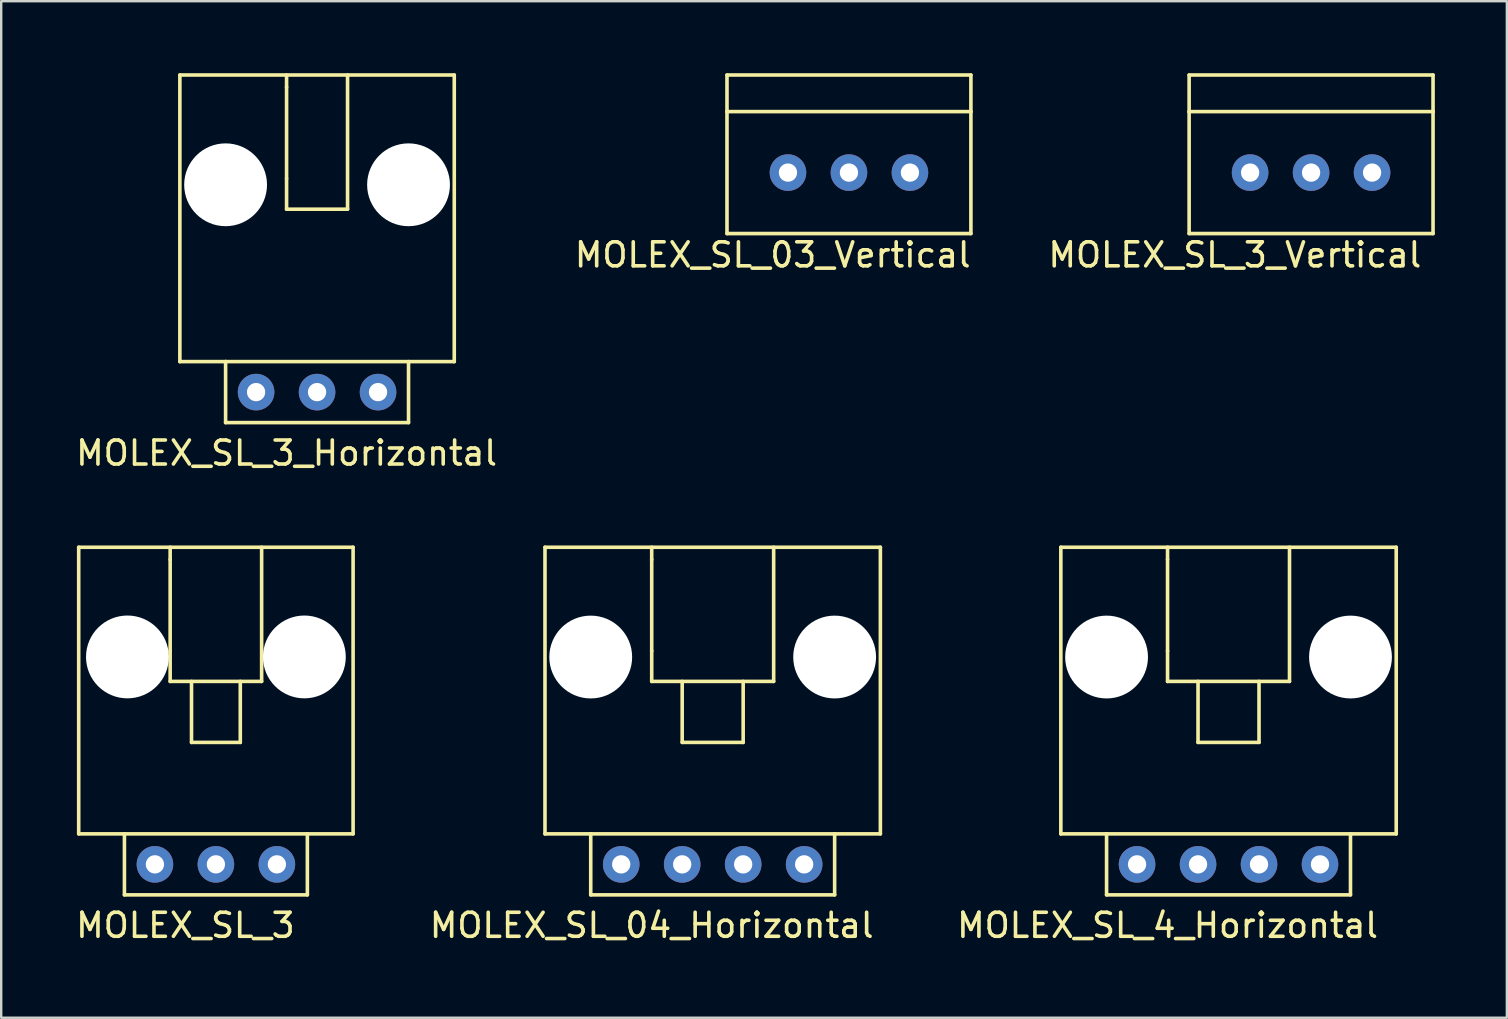
<source format=kicad_pcb>
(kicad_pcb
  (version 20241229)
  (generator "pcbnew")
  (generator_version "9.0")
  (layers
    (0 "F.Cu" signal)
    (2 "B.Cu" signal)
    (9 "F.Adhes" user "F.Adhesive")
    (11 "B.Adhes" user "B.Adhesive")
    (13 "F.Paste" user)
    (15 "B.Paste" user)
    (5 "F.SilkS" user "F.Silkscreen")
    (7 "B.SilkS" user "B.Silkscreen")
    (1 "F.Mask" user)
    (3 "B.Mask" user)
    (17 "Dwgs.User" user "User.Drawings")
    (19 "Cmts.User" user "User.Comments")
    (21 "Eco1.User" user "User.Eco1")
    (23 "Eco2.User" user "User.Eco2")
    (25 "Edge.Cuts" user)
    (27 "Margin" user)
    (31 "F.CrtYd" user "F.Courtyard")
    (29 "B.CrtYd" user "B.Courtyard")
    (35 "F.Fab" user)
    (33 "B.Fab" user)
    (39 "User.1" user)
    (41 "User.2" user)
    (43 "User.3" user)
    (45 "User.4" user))
  (footprint "MOLEX_SL_03_Vertical"
    (layer "F.Cu")
    (at 27.232 1.599)
    (property "Reference" "MOLEX_SL_03_Vertical" (at 1.905 5.969 0) (layer "F.SilkS") (effects (font (size 1 1) (thickness 0.15))))
    (attr through_hole)
    (fp_line (start 0 -1.524) (end 0 0) (stroke (width 0.15) (type solid)) (layer "F.SilkS"))
    (fp_line (start 0 5.08) (end 0 0) (stroke (width 0.15) (type solid)) (layer "F.SilkS"))
    (fp_line (start 0 5.08) (end 10.16 5.08) (stroke (width 0.15) (type solid)) (layer "F.SilkS"))
    (fp_line (start 10.16 -1.524) (end 0 -1.524) (stroke (width 0.15) (type solid)) (layer "F.SilkS"))
    (fp_line (start 10.16 0) (end 0 0) (stroke (width 0.15) (type solid)) (layer "F.SilkS"))
    (fp_line (start 10.16 0) (end 10.16 -1.524) (stroke (width 0.15) (type solid)) (layer "F.SilkS"))
    (fp_line (start 10.16 5.08) (end 10.16 0) (stroke (width 0.15) (type solid)) (layer "F.SilkS"))
    (pad "1" thru_hole circle (at 2.54 2.54) (size 1.524 1.524) (drill 0.762) (layers "*.Cu" "*.Mask"))
    (pad "2" thru_hole circle (at 5.08 2.54) (size 1.524 1.524) (drill 0.762) (layers "*.Cu" "*.Mask"))
    (pad "3" thru_hole circle (at 7.62 2.54) (size 1.524 1.524) (drill 0.762) (layers "*.Cu" "*.Mask")))
  (footprint "MOLEX_SL_3_Horizontal"
    (layer "F.Cu")
    (at 10.157 13.283)
    (property "Reference" "MOLEX_SL_3_Horizontal" (at -1.27 2.54 0) (layer "F.SilkS") (effects (font (size 1 1) (thickness 0.15))))
    (attr through_hole)
    (fp_line (start -5.715 -1.27) (end -5.715 -13.208) (stroke (width 0.15) (type solid)) (layer "F.SilkS"))
    (fp_line (start -3.81 -1.27) (end -5.715 -1.27) (stroke (width 0.15) (type solid)) (layer "F.SilkS"))
    (fp_line (start -3.81 1.27) (end -3.81 -1.27) (stroke (width 0.15) (type solid)) (layer "F.SilkS"))
    (fp_line (start -1.27 -13.208) (end -1.27 -12.7) (stroke (width 0.15) (type solid)) (layer "F.SilkS"))
    (fp_line (start -1.27 -8.89) (end -1.27 -12.7) (stroke (width 0.15) (type solid)) (layer "F.SilkS"))
    (fp_line (start -1.27 -8.89) (end -1.27 -7.62) (stroke (width 0.15) (type solid)) (layer "F.SilkS"))
    (fp_line (start 1.27 -13.208) (end 1.27 -7.62) (stroke (width 0.15) (type solid)) (layer "F.SilkS"))
    (fp_line (start 1.27 -7.62) (end -1.27 -7.62) (stroke (width 0.15) (type solid)) (layer "F.SilkS"))
    (fp_line (start 3.81 -1.27) (end 3.81 1.27) (stroke (width 0.15) (type solid)) (layer "F.SilkS"))
    (fp_line (start 3.81 1.27) (end -3.81 1.27) (stroke (width 0.15) (type solid)) (layer "F.SilkS"))
    (fp_line (start 5.715 -13.208) (end -5.715 -13.208) (stroke (width 0.15) (type solid)) (layer "F.SilkS"))
    (fp_line (start 5.715 -1.27) (end -3.81 -1.27) (stroke (width 0.15) (type solid)) (layer "F.SilkS"))
    (fp_line (start 5.715 -1.27) (end 5.715 -13.208) (stroke (width 0.15) (type solid)) (layer "F.SilkS"))
    (pad "" np_thru_hole circle (at -3.81 -8.636) (size 3.45 3.45) (drill 3.45) (layers "*.Cu" "*.Mask"))
    (pad "" np_thru_hole circle (at 3.81 -8.636) (size 3.45 3.45) (drill 3.45) (layers "*.Cu" "*.Mask"))
    (pad "1" thru_hole circle (at -2.54 0) (size 1.524 1.524) (drill 0.762) (layers "*.Cu" "*.Mask"))
    (pad "2" thru_hole circle (at 0 0) (size 1.524 1.524) (drill 0.762) (layers "*.Cu" "*.Mask"))
    (pad "3" thru_hole circle (at 2.54 0) (size 1.524 1.524) (drill 0.762) (layers "*.Cu" "*.Mask")))
  (footprint "MOLEX_SL_4_Horizontal"
    (layer "F.Cu")
    (at 48.123 32.954)
    (property "Reference" "MOLEX_SL_4_Horizontal" (at -2.54 2.54 0) (layer "F.SilkS") (effects (font (size 1 1) (thickness 0.15))))
    (attr through_hole)
    (fp_line (start -6.985 -13.208) (end 6.985 -13.208) (stroke (width 0.15) (type solid)) (layer "F.SilkS"))
    (fp_line (start -6.985 -1.27) (end -6.985 -13.208) (stroke (width 0.15) (type solid)) (layer "F.SilkS"))
    (fp_line (start -5.08 -1.27) (end -6.985 -1.27) (stroke (width 0.15) (type solid)) (layer "F.SilkS"))
    (fp_line (start -5.08 -1.27) (end 6.985 -1.27) (stroke (width 0.15) (type solid)) (layer "F.SilkS"))
    (fp_line (start -5.08 1.27) (end -5.08 -1.27) (stroke (width 0.15) (type solid)) (layer "F.SilkS"))
    (fp_line (start -2.54 -13.208) (end -2.54 -12.7) (stroke (width 0.15) (type solid)) (layer "F.SilkS"))
    (fp_line (start -2.54 -8.89) (end -2.54 -12.7) (stroke (width 0.15) (type solid)) (layer "F.SilkS"))
    (fp_line (start -2.54 -8.89) (end -2.54 -7.62) (stroke (width 0.15) (type solid)) (layer "F.SilkS"))
    (fp_line (start -2.54 -7.62) (end 2.54 -7.62) (stroke (width 0.15) (type solid)) (layer "F.SilkS"))
    (fp_line (start -1.27 -7.62) (end -1.27 -5.08) (stroke (width 0.15) (type solid)) (layer "F.SilkS"))
    (fp_line (start 1.27 -7.62) (end 1.27 -5.08) (stroke (width 0.15) (type solid)) (layer "F.SilkS"))
    (fp_line (start 1.27 -5.08) (end -1.27 -5.08) (stroke (width 0.15) (type solid)) (layer "F.SilkS"))
    (fp_line (start 2.54 -13.208) (end 2.54 -7.62) (stroke (width 0.15) (type solid)) (layer "F.SilkS"))
    (fp_line (start 5.08 -1.27) (end 5.08 1.27) (stroke (width 0.15) (type solid)) (layer "F.SilkS"))
    (fp_line (start 5.08 1.27) (end -5.08 1.27) (stroke (width 0.15) (type solid)) (layer "F.SilkS"))
    (fp_line (start 6.985 -1.27) (end 6.985 -13.208) (stroke (width 0.15) (type solid)) (layer "F.SilkS"))
    (pad "" np_thru_hole circle (at -5.08 -8.636) (size 3.45 3.45) (drill 3.45) (layers "*.Cu" "*.Mask"))
    (pad "" np_thru_hole circle (at 5.08 -8.636) (size 3.45 3.45) (drill 3.45) (layers "*.Cu" "*.Mask"))
    (pad "1" thru_hole circle (at -3.81 0) (size 1.524 1.524) (drill 0.762) (layers "*.Cu" "*.Mask"))
    (pad "2" thru_hole circle (at -1.27 0) (size 1.524 1.524) (drill 0.762) (layers "*.Cu" "*.Mask"))
    (pad "3" thru_hole circle (at 1.27 0) (size 1.524 1.524) (drill 0.762) (layers "*.Cu" "*.Mask"))
    (pad "4" thru_hole circle (at 3.81 0) (size 1.524 1.524) (drill 0.762) (layers "*.Cu" "*.Mask")))
  (footprint "MOLEX_SL_04_Horizontal"
    (layer "F.Cu")
    (at 26.636 32.954)
    (property "Reference" "MOLEX_SL_04_Horizontal" (at -2.54 2.54 0) (layer "F.SilkS") (effects (font (size 1 1) (thickness 0.15))))
    (attr through_hole)
    (fp_line (start -6.985 -13.208) (end 6.985 -13.208) (stroke (width 0.15) (type solid)) (layer "F.SilkS"))
    (fp_line (start -6.985 -1.27) (end -6.985 -13.208) (stroke (width 0.15) (type solid)) (layer "F.SilkS"))
    (fp_line (start -5.08 -1.27) (end -6.985 -1.27) (stroke (width 0.15) (type solid)) (layer "F.SilkS"))
    (fp_line (start -5.08 -1.27) (end 6.985 -1.27) (stroke (width 0.15) (type solid)) (layer "F.SilkS"))
    (fp_line (start -5.08 1.27) (end -5.08 -1.27) (stroke (width 0.15) (type solid)) (layer "F.SilkS"))
    (fp_line (start -2.54 -13.208) (end -2.54 -12.7) (stroke (width 0.15) (type solid)) (layer "F.SilkS"))
    (fp_line (start -2.54 -8.89) (end -2.54 -12.7) (stroke (width 0.15) (type solid)) (layer "F.SilkS"))
    (fp_line (start -2.54 -8.89) (end -2.54 -7.62) (stroke (width 0.15) (type solid)) (layer "F.SilkS"))
    (fp_line (start -2.54 -7.62) (end 2.54 -7.62) (stroke (width 0.15) (type solid)) (layer "F.SilkS"))
    (fp_line (start -1.27 -7.62) (end -1.27 -5.08) (stroke (width 0.15) (type solid)) (layer "F.SilkS"))
    (fp_line (start 1.27 -7.62) (end 1.27 -5.08) (stroke (width 0.15) (type solid)) (layer "F.SilkS"))
    (fp_line (start 1.27 -5.08) (end -1.27 -5.08) (stroke (width 0.15) (type solid)) (layer "F.SilkS"))
    (fp_line (start 2.54 -13.208) (end 2.54 -7.62) (stroke (width 0.15) (type solid)) (layer "F.SilkS"))
    (fp_line (start 5.08 -1.27) (end 5.08 1.27) (stroke (width 0.15) (type solid)) (layer "F.SilkS"))
    (fp_line (start 5.08 1.27) (end -5.08 1.27) (stroke (width 0.15) (type solid)) (layer "F.SilkS"))
    (fp_line (start 6.985 -1.27) (end 6.985 -13.208) (stroke (width 0.15) (type solid)) (layer "F.SilkS"))
    (pad "" np_thru_hole circle (at -5.08 -8.636) (size 3.45 3.45) (drill 3.45) (layers "*.Cu" "*.Mask"))
    (pad "" np_thru_hole circle (at 5.08 -8.636) (size 3.45 3.45) (drill 3.45) (layers "*.Cu" "*.Mask"))
    (pad "1" thru_hole circle (at -3.81 0) (size 1.524 1.524) (drill 0.762) (layers "*.Cu" "*.Mask"))
    (pad "2" thru_hole circle (at -1.27 0) (size 1.524 1.524) (drill 0.762) (layers "*.Cu" "*.Mask"))
    (pad "3" thru_hole circle (at 1.27 0) (size 1.524 1.524) (drill 0.762) (layers "*.Cu" "*.Mask"))
    (pad "4" thru_hole circle (at 3.81 0) (size 1.524 1.524) (drill 0.762) (layers "*.Cu" "*.Mask")))
  (footprint "MOLEX_SL_3"
    (layer "F.Cu")
    (at 5.943 32.954)
    (property "Reference" "MOLEX_SL_3" (at -1.27 2.54 0) (layer "F.SilkS") (effects (font (size 1 1) (thickness 0.15))))
    (attr through_hole)
    (fp_line (start -5.715 -13.208) (end 5.715 -13.208) (stroke (width 0.15) (type solid)) (layer "F.SilkS"))
    (fp_line (start -5.715 -1.27) (end -5.715 -13.208) (stroke (width 0.15) (type solid)) (layer "F.SilkS"))
    (fp_line (start -5.715 -1.27) (end 5.715 -1.27) (stroke (width 0.15) (type solid)) (layer "F.SilkS"))
    (fp_line (start -3.81 1.27) (end -3.81 -1.27) (stroke (width 0.15) (type solid)) (layer "F.SilkS"))
    (fp_line (start -1.905 -13.208) (end -1.905 -12.7) (stroke (width 0.15) (type solid)) (layer "F.SilkS"))
    (fp_line (start -1.905 -8.89) (end -1.905 -12.7) (stroke (width 0.15) (type solid)) (layer "F.SilkS"))
    (fp_line (start -1.905 -8.89) (end -1.905 -7.62) (stroke (width 0.15) (type solid)) (layer "F.SilkS"))
    (fp_line (start -1.016 -7.62) (end -1.016 -5.08) (stroke (width 0.15) (type solid)) (layer "F.SilkS"))
    (fp_line (start -1.016 -5.08) (end 1.016 -5.08) (stroke (width 0.15) (type solid)) (layer "F.SilkS"))
    (fp_line (start 1.016 -7.62) (end 1.016 -5.08) (stroke (width 0.15) (type solid)) (layer "F.SilkS"))
    (fp_line (start 1.905 -13.208) (end 1.905 -7.62) (stroke (width 0.15) (type solid)) (layer "F.SilkS"))
    (fp_line (start 1.905 -7.62) (end -1.905 -7.62) (stroke (width 0.15) (type solid)) (layer "F.SilkS"))
    (fp_line (start 3.81 -1.27) (end 3.81 1.27) (stroke (width 0.15) (type solid)) (layer "F.SilkS"))
    (fp_line (start 3.81 1.27) (end -3.81 1.27) (stroke (width 0.15) (type solid)) (layer "F.SilkS"))
    (fp_line (start 5.715 -1.27) (end 5.715 -13.208) (stroke (width 0.15) (type solid)) (layer "F.SilkS"))
    (pad "" np_thru_hole circle (at -3.685 -8.64) (size 3.45 3.45) (drill 3.45) (layers "*.Cu" "*.Mask"))
    (pad "" np_thru_hole circle (at 3.685 -8.64) (size 3.45 3.45) (drill 3.45) (layers "*.Cu" "*.Mask"))
    (pad "1" thru_hole circle (at -2.54 0) (size 1.524 1.524) (drill 0.762) (layers "*.Cu" "*.Mask"))
    (pad "2" thru_hole circle (at 0 0) (size 1.524 1.524) (drill 0.762) (layers "*.Cu" "*.Mask"))
    (pad "3" thru_hole circle (at 2.54 0) (size 1.524 1.524) (drill 0.762) (layers "*.Cu" "*.Mask")))
  (footprint "MOLEX_SL_3_Vertical"
    (layer "F.Cu")
    (at 46.482 1.599)
    (property "Reference" "MOLEX_SL_3_Vertical" (at 1.905 5.969 0) (layer "F.SilkS") (effects (font (size 1 1) (thickness 0.15))))
    (attr through_hole)
    (fp_line (start 0 -1.524) (end 0 0) (stroke (width 0.15) (type solid)) (layer "F.SilkS"))
    (fp_line (start 0 5.08) (end 0 0) (stroke (width 0.15) (type solid)) (layer "F.SilkS"))
    (fp_line (start 0 5.08) (end 10.16 5.08) (stroke (width 0.15) (type solid)) (layer "F.SilkS"))
    (fp_line (start 10.16 -1.524) (end 0 -1.524) (stroke (width 0.15) (type solid)) (layer "F.SilkS"))
    (fp_line (start 10.16 0) (end 0 0) (stroke (width 0.15) (type solid)) (layer "F.SilkS"))
    (fp_line (start 10.16 0) (end 10.16 -1.524) (stroke (width 0.15) (type solid)) (layer "F.SilkS"))
    (fp_line (start 10.16 5.08) (end 10.16 0) (stroke (width 0.15) (type solid)) (layer "F.SilkS"))
    (pad "1" thru_hole circle (at 2.54 2.54) (size 1.524 1.524) (drill 0.762) (layers "*.Cu" "*.Mask"))
    (pad "2" thru_hole circle (at 5.08 2.54) (size 1.524 1.524) (drill 0.762) (layers "*.Cu" "*.Mask"))
    (pad "3" thru_hole circle (at 7.62 2.54) (size 1.524 1.524) (drill 0.762) (layers "*.Cu" "*.Mask")))
  (gr_rect
    (start -3 -3)
    (end 59.717 39.343)
    (stroke (width 0.1) (type default))
    (fill no)
    (layer "Edge.Cuts")))
</source>
